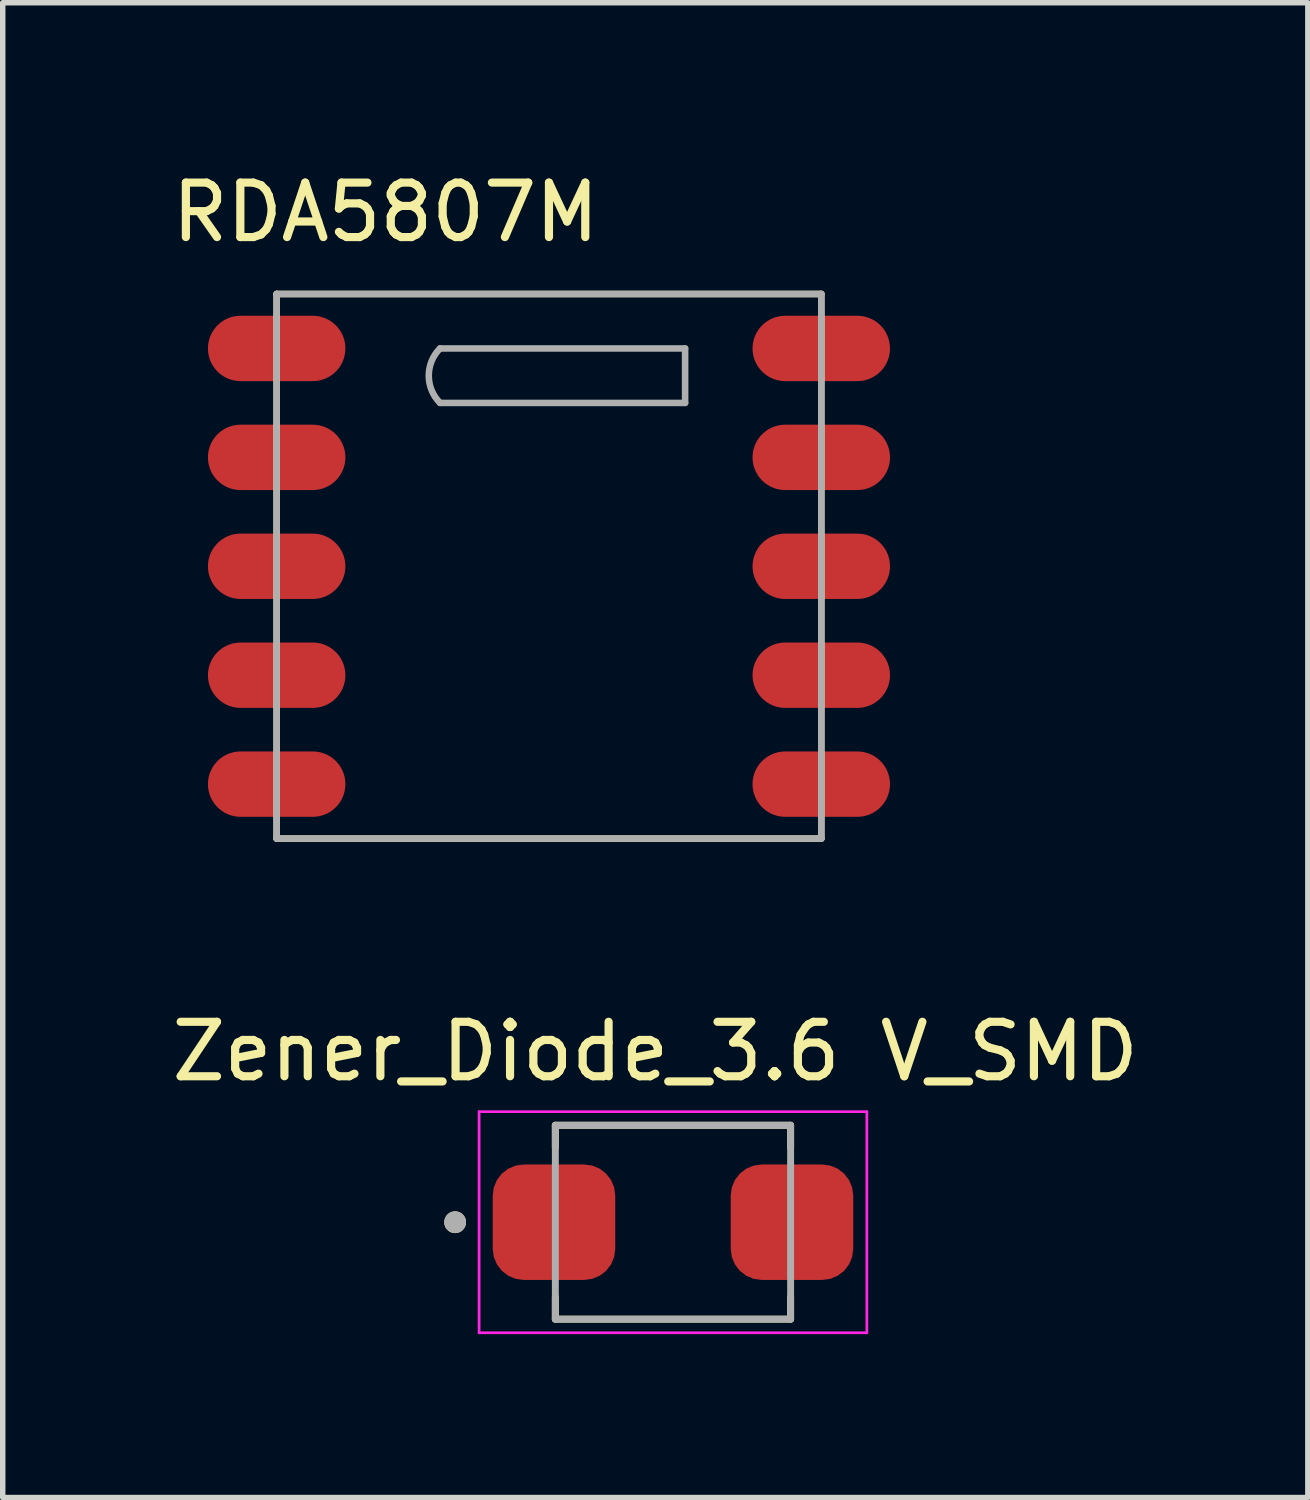
<source format=kicad_pcb>
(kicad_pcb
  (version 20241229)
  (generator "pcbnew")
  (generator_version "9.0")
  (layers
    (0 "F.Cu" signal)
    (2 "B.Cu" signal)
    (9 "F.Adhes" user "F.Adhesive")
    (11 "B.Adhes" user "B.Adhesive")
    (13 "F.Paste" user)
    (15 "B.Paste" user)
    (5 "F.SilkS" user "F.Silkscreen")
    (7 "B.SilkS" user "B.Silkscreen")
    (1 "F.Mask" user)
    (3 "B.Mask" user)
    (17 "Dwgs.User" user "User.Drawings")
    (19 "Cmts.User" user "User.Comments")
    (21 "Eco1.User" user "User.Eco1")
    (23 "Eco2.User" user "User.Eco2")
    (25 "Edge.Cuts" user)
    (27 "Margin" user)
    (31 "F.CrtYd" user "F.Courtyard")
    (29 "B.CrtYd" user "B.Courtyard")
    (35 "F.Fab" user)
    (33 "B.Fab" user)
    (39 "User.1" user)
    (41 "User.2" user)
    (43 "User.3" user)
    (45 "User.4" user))
  (footprint "Zener_Diode_3.6 V_SMD"
    (layer "F.Cu")
    (at 9.307 19.392)
    (property "Reference" "Zener_Diode_3.6 V_SMD" (at -0.325 -3.135 0) (layer "F.SilkS") (effects (font (size 1 1) (thickness 0.15))))
    (attr through_hole)
    (fp_line (start -2.16 -1.78) (end 2.16 -1.78) (stroke (width 0.127) (type solid)) (layer "F.SilkS"))
    (fp_line (start -2.16 -1.374) (end -2.16 -1.78) (stroke (width 0.127) (type solid)) (layer "F.SilkS"))
    (fp_line (start -2.16 1.374) (end -2.16 1.78) (stroke (width 0.127) (type solid)) (layer "F.SilkS"))
    (fp_line (start -2.16 1.78) (end 2.16 1.78) (stroke (width 0.127) (type solid)) (layer "F.SilkS"))
    (fp_line (start 2.16 -1.78) (end 2.16 -1.374) (stroke (width 0.127) (type solid)) (layer "F.SilkS"))
    (fp_line (start 2.16 1.78) (end 2.16 1.374) (stroke (width 0.127) (type solid)) (layer "F.SilkS"))
    (fp_circle (center -4 0) (end -3.9 0) (stroke (width 0.2) (type solid)) (fill no) (layer "F.SilkS"))
    (fp_line (start -3.56 -2.03) (end 3.56 -2.03) (stroke (width 0.05) (type solid)) (layer "F.CrtYd"))
    (fp_line (start -3.56 2.03) (end -3.56 -2.03) (stroke (width 0.05) (type solid)) (layer "F.CrtYd"))
    (fp_line (start 3.56 -2.03) (end 3.56 2.03) (stroke (width 0.05) (type solid)) (layer "F.CrtYd"))
    (fp_line (start 3.56 2.03) (end -3.56 2.03) (stroke (width 0.05) (type solid)) (layer "F.CrtYd"))
    (fp_line (start -2.16 -1.78) (end 2.16 -1.78) (stroke (width 0.127) (type solid)) (layer "F.Fab"))
    (fp_line (start -2.16 1.78) (end -2.16 -1.78) (stroke (width 0.127) (type solid)) (layer "F.Fab"))
    (fp_line (start 2.16 -1.78) (end 2.16 1.78) (stroke (width 0.127) (type solid)) (layer "F.Fab"))
    (fp_line (start 2.16 1.78) (end -2.16 1.78) (stroke (width 0.127) (type solid)) (layer "F.Fab"))
    (fp_circle (center -4 0) (end -3.9 0) (stroke (width 0.2) (type solid)) (fill no) (layer "F.Fab"))
    (pad "A" smd roundrect (at 2.185 0) (size 2.25 2.12) (layers "F.Cu" "F.Mask" "F.Paste") (roundrect_rratio 0.27))
    (pad "C" smd roundrect (at -2.185 0) (size 2.25 2.12) (layers "F.Cu" "F.Mask" "F.Paste") (roundrect_rratio 0.27)))
  (footprint "RDA5807M"
    (layer "F.Cu")
    (at 7.03 7.348)
    (property "Reference" "RDA5807M" (at -3 -6.5 0) (layer "F.SilkS") (effects (font (size 1 1) (thickness 0.15))))
    (attr through_hole)
    (fp_line (start -5 -5) (end -5 5) (stroke (width 0.12) (type solid)) (layer "F.SilkS"))
    (fp_line (start -5 5) (end 5 5) (stroke (width 0.12) (type solid)) (layer "F.SilkS"))
    (fp_line (start 5 -5) (end -5 -5) (stroke (width 0.12) (type solid)) (layer "F.SilkS"))
    (fp_line (start 5 5) (end 5 -5) (stroke (width 0.12) (type solid)) (layer "F.SilkS"))
    (fp_line (start -5 -5) (end 5 -5) (stroke (width 0.12) (type solid)) (layer "F.Fab"))
    (fp_line (start -5 5) (end -5 -5) (stroke (width 0.12) (type solid)) (layer "F.Fab"))
    (fp_line (start -2 -3) (end 2.5 -3) (stroke (width 0.12) (type solid)) (layer "F.Fab"))
    (fp_line (start 2.5 -4) (end -2 -4) (stroke (width 0.12) (type solid)) (layer "F.Fab"))
    (fp_line (start 2.5 -3) (end 2.5 -4) (stroke (width 0.12) (type solid)) (layer "F.Fab"))
    (fp_line (start 5 -5) (end 5 5) (stroke (width 0.12) (type solid)) (layer "F.Fab"))
    (fp_line (start 5 5) (end -5 5) (stroke (width 0.12) (type solid)) (layer "F.Fab"))
    (fp_arc (start -1.999999 -3.000001) (mid -2.207105 -3.5) (end -1.999999 -3.999999) (stroke (width 0.12) (type solid)) (layer "F.Fab"))
    (pad "1" smd oval (at -5 -4) (size 2.524 1.2) (layers "F.Cu" "F.Mask" "F.Paste"))
    (pad "2" smd oval (at -5 -2) (size 2.524 1.2) (layers "F.Cu" "F.Mask" "F.Paste"))
    (pad "3" smd oval (at -5 0) (size 2.524 1.2) (layers "F.Cu" "F.Mask" "F.Paste"))
    (pad "4" smd oval (at -5 2) (size 2.524 1.2) (layers "F.Cu" "F.Mask" "F.Paste"))
    (pad "5" smd oval (at -5 4) (size 2.524 1.2) (layers "F.Cu" "F.Mask" "F.Paste"))
    (pad "6" smd oval (at 5 4) (size 2.524 1.2) (layers "F.Cu" "F.Mask" "F.Paste"))
    (pad "7" smd oval (at 5 2) (size 2.524 1.2) (layers "F.Cu" "F.Mask" "F.Paste"))
    (pad "8" smd oval (at 5 0) (size 2.524 1.2) (layers "F.Cu" "F.Mask" "F.Paste"))
    (pad "9" smd oval (at 5 -2) (size 2.524 1.2) (layers "F.Cu" "F.Mask" "F.Paste"))
    (pad "10" smd oval (at 5 -4) (size 2.524 1.2) (layers "F.Cu" "F.Mask" "F.Paste")))
  (gr_rect
    (start -3 -3)
    (end 20.964 24.447)
    (stroke (width 0.1) (type default))
    (fill no)
    (layer "Edge.Cuts")))
</source>
